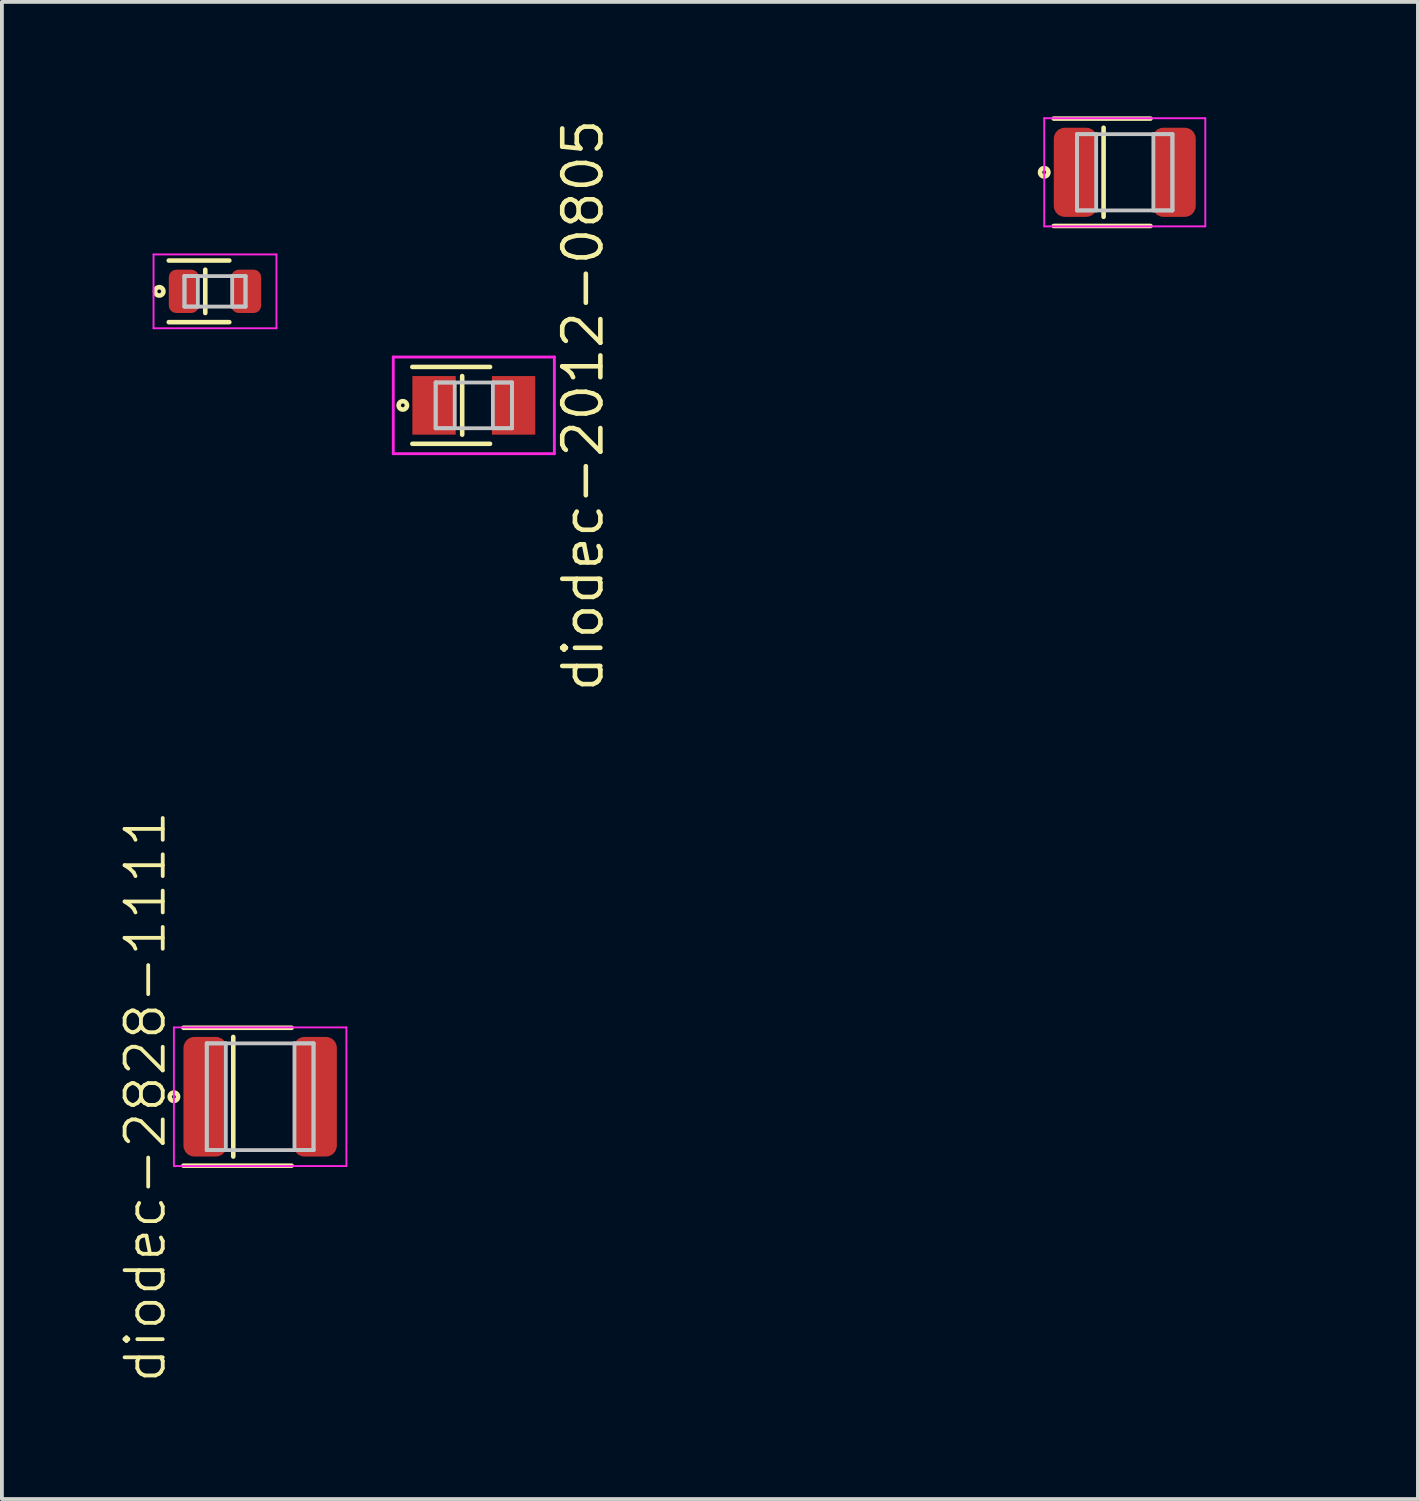
<source format=kicad_pcb>
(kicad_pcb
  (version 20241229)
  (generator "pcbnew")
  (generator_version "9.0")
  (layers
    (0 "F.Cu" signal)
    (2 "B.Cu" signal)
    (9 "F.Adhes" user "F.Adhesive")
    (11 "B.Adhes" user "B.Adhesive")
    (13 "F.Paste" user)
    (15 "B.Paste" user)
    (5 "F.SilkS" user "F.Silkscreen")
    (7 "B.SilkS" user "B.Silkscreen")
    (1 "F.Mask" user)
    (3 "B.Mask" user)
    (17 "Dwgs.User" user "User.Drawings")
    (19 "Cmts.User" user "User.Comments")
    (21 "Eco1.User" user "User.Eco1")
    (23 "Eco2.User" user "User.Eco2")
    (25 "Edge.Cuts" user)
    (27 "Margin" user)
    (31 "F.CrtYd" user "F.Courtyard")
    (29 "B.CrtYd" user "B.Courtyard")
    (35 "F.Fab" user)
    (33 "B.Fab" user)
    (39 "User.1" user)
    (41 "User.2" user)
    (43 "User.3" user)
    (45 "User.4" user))
  (footprint "diodec-1608-0603"
    (layer "F.Cu")
    (at 2.588 4.59)
    (property "Reference" "diodec-1608-0603" (at -2.062 0 90) (layer "User.1") (effects (font (size 0.6 0.6) (thickness 0.1))))
    (attr through_hole)
    (fp_line (start -1.212 -0.808) (end 0.375 -0.808) (stroke (width 0.12) (type solid)) (layer "F.SilkS"))
    (fp_line (start -1.212 0.808) (end 0.375 0.808) (stroke (width 0.12) (type solid)) (layer "F.SilkS"))
    (fp_line (start -0.255 -0.568) (end -0.255 0.568) (stroke (width 0.12) (type solid)) (layer "F.SilkS"))
    (fp_circle (center -1.462 0) (end -1.412 0) (stroke (width 0.12) (type solid)) (fill no) (layer "F.SilkS"))
    (fp_line (start -0.8 -0.4) (end -0.8 0.4) (stroke (width 0.1) (type solid)) (layer "Dwgs.User"))
    (fp_line (start -0.8 -0.4) (end -0.8 0.4) (stroke (width 0.1) (type solid)) (layer "Dwgs.User"))
    (fp_line (start -0.8 0.4) (end -0.45 0.4) (stroke (width 0.1) (type solid)) (layer "Dwgs.User"))
    (fp_line (start -0.8 0.4) (end 0.8 0.4) (stroke (width 0.1) (type solid)) (layer "Dwgs.User"))
    (fp_line (start -0.45 -0.4) (end -0.8 -0.4) (stroke (width 0.1) (type solid)) (layer "Dwgs.User"))
    (fp_line (start -0.45 0.4) (end -0.45 -0.4) (stroke (width 0.1) (type solid)) (layer "Dwgs.User"))
    (fp_line (start 0.45 -0.4) (end 0.45 0.4) (stroke (width 0.1) (type solid)) (layer "Dwgs.User"))
    (fp_line (start 0.45 0.4) (end 0.8 0.4) (stroke (width 0.1) (type solid)) (layer "Dwgs.User"))
    (fp_line (start 0.8 -0.4) (end -0.8 -0.4) (stroke (width 0.1) (type solid)) (layer "Dwgs.User"))
    (fp_line (start 0.8 -0.4) (end 0.45 -0.4) (stroke (width 0.1) (type solid)) (layer "Dwgs.User"))
    (fp_line (start 0.8 0.4) (end 0.8 -0.4) (stroke (width 0.1) (type solid)) (layer "Dwgs.User"))
    (fp_line (start 0.8 0.4) (end 0.8 -0.4) (stroke (width 0.1) (type solid)) (layer "Dwgs.User"))
    (fp_line (start -1.612 -0.968) (end -1.612 0.968) (stroke (width 0.05) (type solid)) (layer "F.CrtYd"))
    (fp_line (start -1.612 0.968) (end 1.612 0.968) (stroke (width 0.05) (type solid)) (layer "F.CrtYd"))
    (fp_line (start 1.612 -0.968) (end -1.612 -0.968) (stroke (width 0.05) (type solid)) (layer "F.CrtYd"))
    (fp_line (start 1.612 0.968) (end 1.612 -0.968) (stroke (width 0.05) (type solid)) (layer "F.CrtYd"))
    (pad "1" smd roundrect (at -0.818 0) (size 0.787 1.137) (layers "F.Cu" "F.Mask" "F.Paste") (roundrect_rratio 0.25))
    (pad "2" smd roundrect (at 0.818 0) (size 0.787 1.137) (layers "F.Cu" "F.Mask" "F.Paste") (roundrect_rratio 0.25)))
  (footprint "diodec-2520-1008"
    (layer "F.Cu")
    (at 26.445 1.468)
    (property "Reference" "diodec-2520-1008" (at -2.862 0 0) (layer "User.1") (effects (font (size 1 1) (thickness 0.1))))
    (attr through_hole)
    (fp_line (start -1.862 -1.408) (end 0.675 -1.408) (stroke (width 0.12) (type solid)) (layer "F.SilkS"))
    (fp_line (start -1.862 1.408) (end 0.675 1.408) (stroke (width 0.12) (type solid)) (layer "F.SilkS"))
    (fp_line (start -0.555 -1.168) (end -0.555 1.168) (stroke (width 0.12) (type solid)) (layer "F.SilkS"))
    (fp_circle (center -2.112 0) (end -2.062 0) (stroke (width 0.12) (type solid)) (fill no) (layer "F.SilkS"))
    (fp_line (start -1.25 -1) (end -1.25 1) (stroke (width 0.1) (type solid)) (layer "Dwgs.User"))
    (fp_line (start -1.25 -1) (end -1.25 1) (stroke (width 0.1) (type solid)) (layer "Dwgs.User"))
    (fp_line (start -1.25 1) (end -0.75 1) (stroke (width 0.1) (type solid)) (layer "Dwgs.User"))
    (fp_line (start -1.25 1) (end 1.25 1) (stroke (width 0.1) (type solid)) (layer "Dwgs.User"))
    (fp_line (start -0.75 -1) (end -1.25 -1) (stroke (width 0.1) (type solid)) (layer "Dwgs.User"))
    (fp_line (start -0.75 1) (end -0.75 -1) (stroke (width 0.1) (type solid)) (layer "Dwgs.User"))
    (fp_line (start 0.75 -1) (end 0.75 1) (stroke (width 0.1) (type solid)) (layer "Dwgs.User"))
    (fp_line (start 0.75 1) (end 1.25 1) (stroke (width 0.1) (type solid)) (layer "Dwgs.User"))
    (fp_line (start 1.25 -1) (end -1.25 -1) (stroke (width 0.1) (type solid)) (layer "Dwgs.User"))
    (fp_line (start 1.25 -1) (end 0.75 -1) (stroke (width 0.1) (type solid)) (layer "Dwgs.User"))
    (fp_line (start 1.25 1) (end 1.25 -1) (stroke (width 0.1) (type solid)) (layer "Dwgs.User"))
    (fp_line (start 1.25 1) (end 1.25 -1) (stroke (width 0.1) (type solid)) (layer "Dwgs.User"))
    (fp_line (start -2.112 -1.418) (end -2.112 1.418) (stroke (width 0.05) (type solid)) (layer "F.CrtYd"))
    (fp_line (start -2.112 1.418) (end 2.112 1.418) (stroke (width 0.05) (type solid)) (layer "F.CrtYd"))
    (fp_line (start 2.112 -1.418) (end -2.112 -1.418) (stroke (width 0.05) (type solid)) (layer "F.CrtYd"))
    (fp_line (start 2.112 1.418) (end 2.112 -1.418) (stroke (width 0.05) (type solid)) (layer "F.CrtYd"))
    (pad "1" smd roundrect (at -1.293 0) (size 1.137 2.337) (layers "F.Cu" "F.Mask" "F.Paste") (roundrect_rratio 0.25))
    (pad "2" smd roundrect (at 1.293 0) (size 1.137 2.337) (layers "F.Cu" "F.Mask" "F.Paste") (roundrect_rratio 0.25)))
  (footprint "diodec-2828-1111"
    (layer "F.Cu")
    (at 3.772 25.71)
    (property "Reference" "diodec-2828-1111" (at -3.012 0 90) (layer "F.SilkS") (effects (font (size 1 1) (thickness 0.1))))
    (attr through_hole)
    (fp_line (start -2.012 -1.808) (end 0.825 -1.808) (stroke (width 0.12) (type solid)) (layer "F.SilkS"))
    (fp_line (start -2.012 1.808) (end 0.825 1.808) (stroke (width 0.12) (type solid)) (layer "F.SilkS"))
    (fp_line (start -0.705 -1.568) (end -0.705 1.568) (stroke (width 0.12) (type solid)) (layer "F.SilkS"))
    (fp_circle (center -2.262 0) (end -2.212 0) (stroke (width 0.12) (type solid)) (fill no) (layer "F.SilkS"))
    (fp_line (start -1.4 -1.4) (end -1.4 1.4) (stroke (width 0.1) (type solid)) (layer "Dwgs.User"))
    (fp_line (start -1.4 -1.4) (end -1.4 1.4) (stroke (width 0.1) (type solid)) (layer "Dwgs.User"))
    (fp_line (start -1.4 1.4) (end -0.9 1.4) (stroke (width 0.1) (type solid)) (layer "Dwgs.User"))
    (fp_line (start -1.4 1.4) (end 1.4 1.4) (stroke (width 0.1) (type solid)) (layer "Dwgs.User"))
    (fp_line (start -0.9 -1.4) (end -1.4 -1.4) (stroke (width 0.1) (type solid)) (layer "Dwgs.User"))
    (fp_line (start -0.9 1.4) (end -0.9 -1.4) (stroke (width 0.1) (type solid)) (layer "Dwgs.User"))
    (fp_line (start 0.9 -1.4) (end 0.9 1.4) (stroke (width 0.1) (type solid)) (layer "Dwgs.User"))
    (fp_line (start 0.9 1.4) (end 1.4 1.4) (stroke (width 0.1) (type solid)) (layer "Dwgs.User"))
    (fp_line (start 1.4 -1.4) (end -1.4 -1.4) (stroke (width 0.1) (type solid)) (layer "Dwgs.User"))
    (fp_line (start 1.4 -1.4) (end 0.9 -1.4) (stroke (width 0.1) (type solid)) (layer "Dwgs.User"))
    (fp_line (start 1.4 1.4) (end 1.4 -1.4) (stroke (width 0.1) (type solid)) (layer "Dwgs.User"))
    (fp_line (start 1.4 1.4) (end 1.4 -1.4) (stroke (width 0.1) (type solid)) (layer "Dwgs.User"))
    (fp_line (start -2.262 -1.818) (end -2.262 1.818) (stroke (width 0.05) (type solid)) (layer "F.CrtYd"))
    (fp_line (start -2.262 1.818) (end 2.262 1.818) (stroke (width 0.05) (type solid)) (layer "F.CrtYd"))
    (fp_line (start 2.262 -1.818) (end -2.262 -1.818) (stroke (width 0.05) (type solid)) (layer "F.CrtYd"))
    (fp_line (start 2.262 1.818) (end 2.262 -1.818) (stroke (width 0.05) (type solid)) (layer "F.CrtYd"))
    (pad "1" smd roundrect (at -1.443 0) (size 1.137 3.137) (layers "F.Cu" "F.Mask" "F.Paste") (roundrect_rratio 0.25))
    (pad "2" smd roundrect (at 1.443 0) (size 1.137 3.137) (layers "F.Cu" "F.Mask" "F.Paste") (roundrect_rratio 0.25)))
  (footprint "diodec-2012-0805"
    (layer "F.Cu")
    (at 9.375 7.58)
    (property "Reference" "diodec-2012-0805" (at 2.862 0 90) (layer "F.SilkS") (effects (font (size 1 1) (thickness 0.12))))
    (attr through_hole)
    (fp_line (start -1.612 -1.008) (end 0.425 -1.008) (stroke (width 0.12) (type solid)) (layer "F.SilkS"))
    (fp_line (start -1.612 1.008) (end 0.425 1.008) (stroke (width 0.12) (type solid)) (layer "F.SilkS"))
    (fp_line (start -0.305 -0.768) (end -0.305 0.768) (stroke (width 0.12) (type solid)) (layer "F.SilkS"))
    (fp_circle (center -1.862 0) (end -1.812 0) (stroke (width 0.12) (type solid)) (fill no) (layer "F.SilkS"))
    (fp_line (start -1 -0.6) (end -1 0.6) (stroke (width 0.1) (type solid)) (layer "Dwgs.User"))
    (fp_line (start -1 -0.6) (end -1 0.6) (stroke (width 0.1) (type solid)) (layer "Dwgs.User"))
    (fp_line (start -1 0.6) (end -0.5 0.6) (stroke (width 0.1) (type solid)) (layer "Dwgs.User"))
    (fp_line (start -1 0.6) (end 1 0.6) (stroke (width 0.1) (type solid)) (layer "Dwgs.User"))
    (fp_line (start -0.5 -0.6) (end -1 -0.6) (stroke (width 0.1) (type solid)) (layer "Dwgs.User"))
    (fp_line (start -0.5 0.6) (end -0.5 -0.6) (stroke (width 0.1) (type solid)) (layer "Dwgs.User"))
    (fp_line (start 0.5 -0.6) (end 0.5 0.6) (stroke (width 0.1) (type solid)) (layer "Dwgs.User"))
    (fp_line (start 0.5 0.6) (end 1 0.6) (stroke (width 0.1) (type solid)) (layer "Dwgs.User"))
    (fp_line (start 1 -0.6) (end -1 -0.6) (stroke (width 0.1) (type solid)) (layer "Dwgs.User"))
    (fp_line (start 1 -0.6) (end 0.5 -0.6) (stroke (width 0.1) (type solid)) (layer "Dwgs.User"))
    (fp_line (start 1 0.6) (end 1 -0.6) (stroke (width 0.1) (type solid)) (layer "Dwgs.User"))
    (fp_line (start 1 0.6) (end 1 -0.6) (stroke (width 0.1) (type solid)) (layer "Dwgs.User"))
    (fp_line (start -2.112 -1.268) (end -2.112 1.268) (stroke (width 0.075) (type solid)) (layer "F.CrtYd"))
    (fp_line (start -2.112 1.268) (end 2.112 1.268) (stroke (width 0.075) (type solid)) (layer "F.CrtYd"))
    (fp_line (start 2.112 -1.268) (end -2.112 -1.268) (stroke (width 0.075) (type solid)) (layer "F.CrtYd"))
    (fp_line (start 2.112 1.268) (end 2.112 -1.268) (stroke (width 0.075) (type solid)) (layer "F.CrtYd"))
    (pad "1" smd rect (at -1.043 0) (size 1.137 1.537) (layers "F.Cu" "F.Mask" "F.Paste"))
    (pad "2" smd rect (at 1.043 0) (size 1.137 1.537) (layers "F.Cu" "F.Mask" "F.Paste")))
  (gr_rect
    (start -3 -3)
    (end 34.133 36.26)
    (stroke (width 0.1) (type default))
    (fill no)
    (layer "Edge.Cuts")))
</source>
